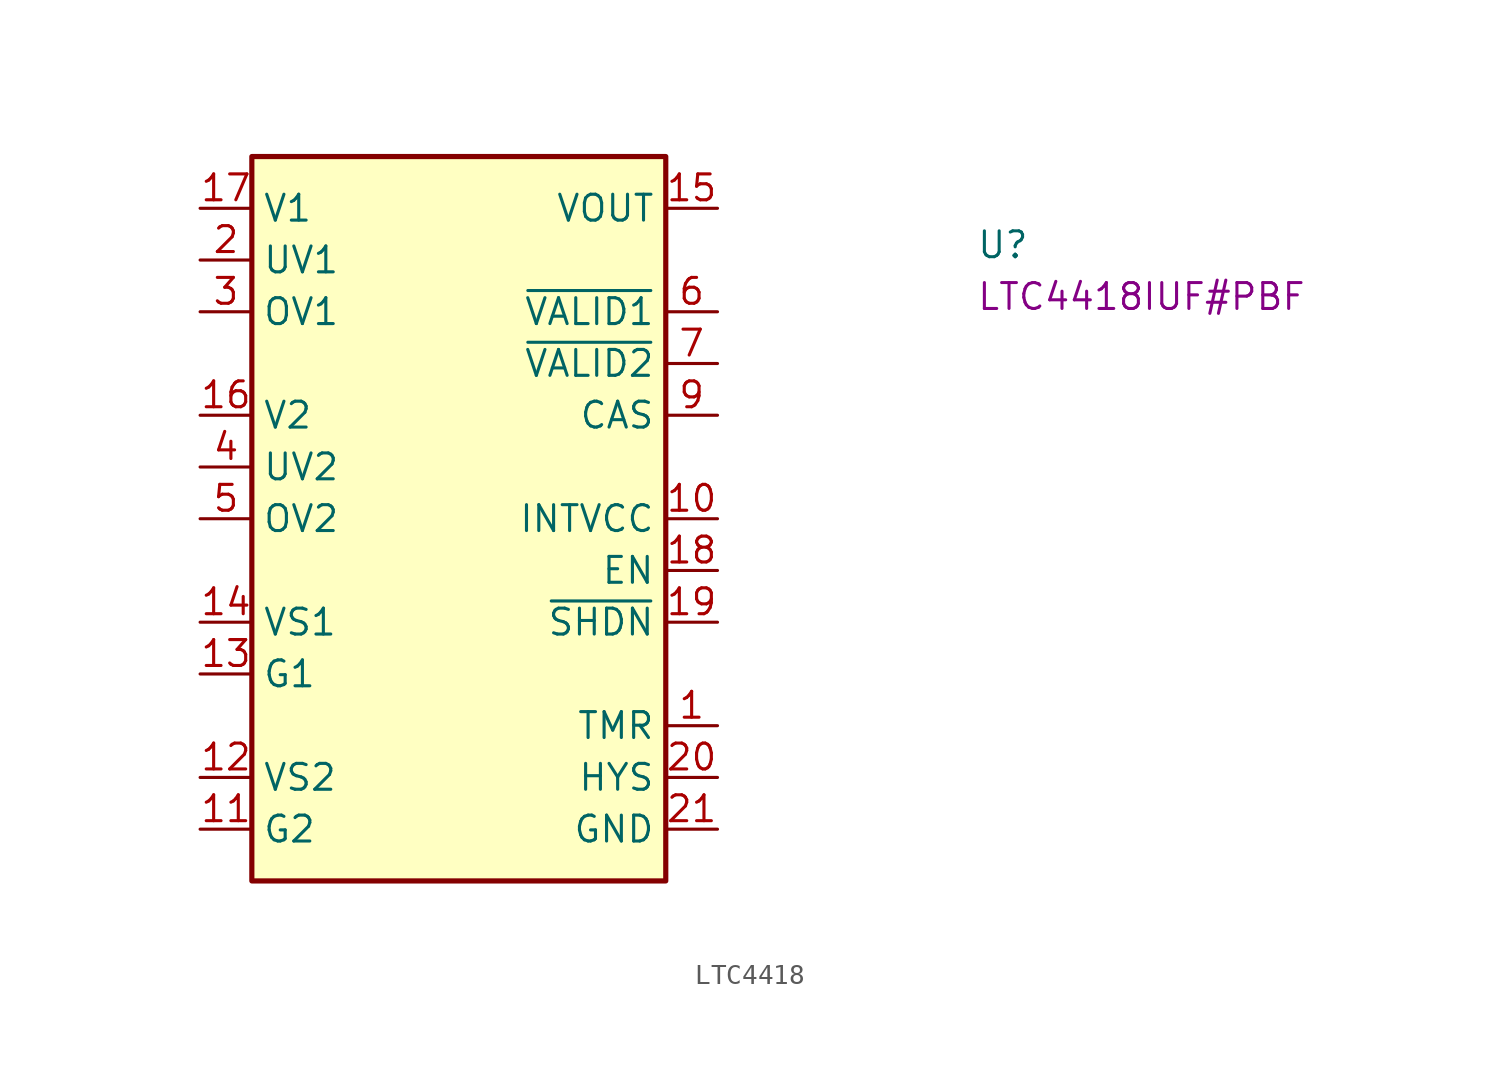
<source format=kicad_sym>
(kicad_symbol_lib
  (version 20220914)
  (generator kicad_symbol_editor)
  (symbol "LTC4418"
    (property "Reference" "U"
      (at 38.1 -2.54 0)
      (effects (font (size 1.27 1.27) (thickness 0.15)) (justify left bottom)))
    (property "MPN" "LTC4418IUF#PBF"
      (at 38.1 -5.08 0)
      (effects (font (size 1.27 1.27) (thickness 0.15)) (justify left bottom)))
    (symbol "LTC4418_1_1"
      (rectangle (start 2.54 -33.02) (end 22.86 2.54) (stroke (width 0.254) (type default)) (fill (type background)))
      (pin input line (at 25.4 -25.4 180) (length 2.54) (name "TMR" (effects (font (size 1.27 1.27)))) (number "1" (effects (font (size 1.27 1.27)))))
      (pin output line (at 25.4 -15.24 180) (length 2.54) (name "INTVCC" (effects (font (size 1.27 1.27)))) (number "10" (effects (font (size 1.27 1.27)))))
      (pin output line (at 0 -30.48 0) (length 2.54) (name "G2" (effects (font (size 1.27 1.27)))) (number "11" (effects (font (size 1.27 1.27)))))
      (pin power_in line (at 0 -27.94 0) (length 2.54) (name "VS2" (effects (font (size 1.27 1.27)))) (number "12" (effects (font (size 1.27 1.27)))))
      (pin output line (at 0 -22.86 0) (length 2.54) (name "G1" (effects (font (size 1.27 1.27)))) (number "13" (effects (font (size 1.27 1.27)))))
      (pin power_in line (at 0 -20.32 0) (length 2.54) (name "VS1" (effects (font (size 1.27 1.27)))) (number "14" (effects (font (size 1.27 1.27)))))
      (pin input line (at 25.4 0 180) (length 2.54) (name "VOUT" (effects (font (size 1.27 1.27)))) (number "15" (effects (font (size 1.27 1.27)))))
      (pin power_in line (at 0 -10.16 0) (length 2.54) (name "V2" (effects (font (size 1.27 1.27)))) (number "16" (effects (font (size 1.27 1.27)))))
      (pin power_in line (at 0 0 0) (length 2.54) (name "V1" (effects (font (size 1.27 1.27)))) (number "17" (effects (font (size 1.27 1.27)))))
      (pin input line (at 25.4 -17.78 180) (length 2.54) (name "EN" (effects (font (size 1.27 1.27)))) (number "18" (effects (font (size 1.27 1.27)))))
      (pin input line (at 25.4 -20.32 180) (length 2.54) (name "~{SHDN}" (effects (font (size 1.27 1.27)))) (number "19" (effects (font (size 1.27 1.27)))))
      (pin input line (at 0 -2.54 0) (length 2.54) (name "UV1" (effects (font (size 1.27 1.27)))) (number "2" (effects (font (size 1.27 1.27)))))
      (pin input line (at 25.4 -27.94 180) (length 2.54) (name "HYS" (effects (font (size 1.27 1.27)))) (number "20" (effects (font (size 1.27 1.27)))))
      (pin power_in line (at 25.4 -30.48 180) (length 2.54) (name "GND" (effects (font (size 1.27 1.27)))) (number "21" (effects (font (size 1.27 1.27)))))
      (pin input line (at 0 -5.08 0) (length 2.54) (name "OV1" (effects (font (size 1.27 1.27)))) (number "3" (effects (font (size 1.27 1.27)))))
      (pin input line (at 0 -12.7 0) (length 2.54) (name "UV2" (effects (font (size 1.27 1.27)))) (number "4" (effects (font (size 1.27 1.27)))))
      (pin input line (at 0 -15.24 0) (length 2.54) (name "OV2" (effects (font (size 1.27 1.27)))) (number "5" (effects (font (size 1.27 1.27)))))
      (pin open_collector line (at 25.4 -5.08 180) (length 2.54) (name "~{VALID1}" (effects (font (size 1.27 1.27)))) (number "6" (effects (font (size 1.27 1.27)))))
      (pin open_collector line (at 25.4 -7.62 180) (length 2.54) (name "~{VALID2}" (effects (font (size 1.27 1.27)))) (number "7" (effects (font (size 1.27 1.27)))))
      (pin passive line (at 25.4 -30.48 180) (length 2.54) hide (name "GND" (effects (font (size 1.27 1.27)))) (number "8" (effects (font (size 1.27 1.27)))))
      (pin output line (at 25.4 -10.16 180) (length 2.54) (name "CAS" (effects (font (size 1.27 1.27)))) (number "9" (effects (font (size 1.27 1.27))))))))
</source>
